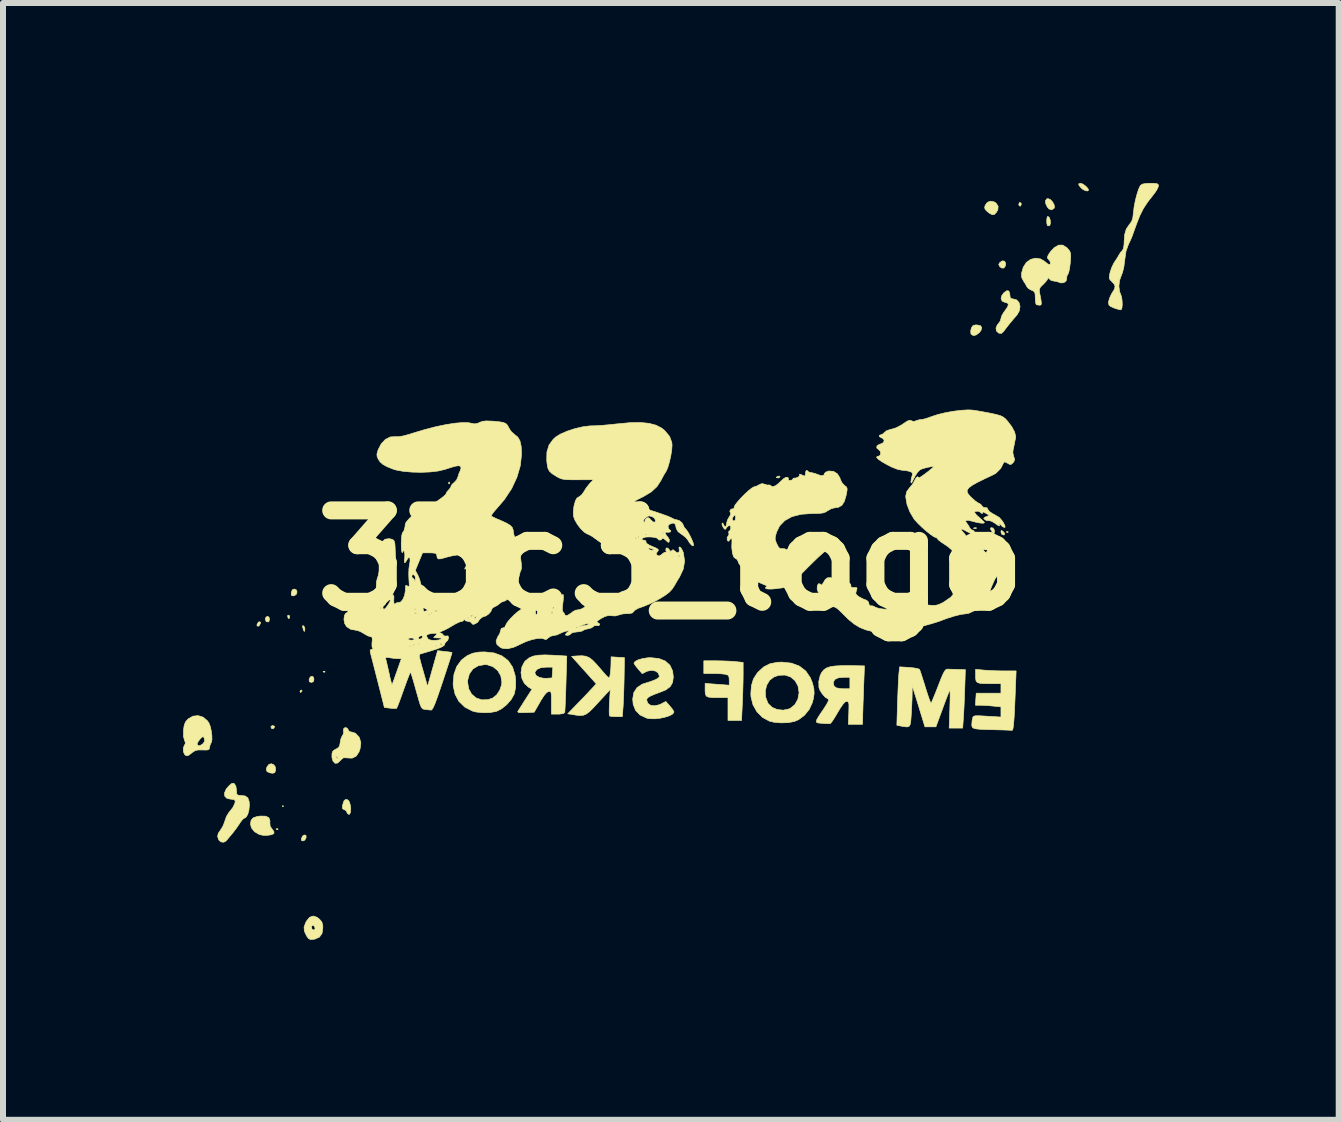
<source format=kicad_pcb>
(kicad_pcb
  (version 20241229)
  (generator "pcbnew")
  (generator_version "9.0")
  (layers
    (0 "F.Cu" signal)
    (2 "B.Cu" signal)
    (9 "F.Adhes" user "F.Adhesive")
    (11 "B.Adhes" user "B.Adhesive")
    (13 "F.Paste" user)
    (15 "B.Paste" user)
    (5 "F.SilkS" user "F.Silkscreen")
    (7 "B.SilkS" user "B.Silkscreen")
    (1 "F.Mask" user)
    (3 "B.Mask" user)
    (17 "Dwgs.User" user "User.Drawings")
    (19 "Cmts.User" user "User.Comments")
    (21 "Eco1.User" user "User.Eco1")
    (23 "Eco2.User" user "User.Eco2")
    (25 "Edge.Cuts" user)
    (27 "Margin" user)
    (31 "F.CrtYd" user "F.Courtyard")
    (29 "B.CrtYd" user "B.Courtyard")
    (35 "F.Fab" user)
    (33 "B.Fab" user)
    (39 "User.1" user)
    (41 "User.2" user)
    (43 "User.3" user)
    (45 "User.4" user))
  (footprint "33c3_logo"
    (layer "F.Cu")
    (at 8.131 6.292)
    (property "Reference" "33c3_logo" (at 0 0 0) (layer "F.SilkS") (effects (font (size 1.524 1.524) (thickness 0.3))))
    (attr through_hole)
    (fp_poly (pts (xy -6.456 4.096) (xy -6.466 4.106) (xy -6.477 4.096) (xy -6.466 4.085) (xy -6.456 4.096)) (stroke (width 0.01) (type solid)) (fill yes) (layer "F.SilkS"))
    (fp_poly (pts (xy -6.548 4.473) (xy -6.55 4.486) (xy -6.562 4.487) (xy -6.579 4.48) (xy -6.576 4.473) (xy -6.551 4.471) (xy -6.548 4.473)) (stroke (width 0.01) (type solid)) (fill yes) (layer "F.SilkS"))
    (fp_poly (pts (xy -5.764 1.849) (xy -5.767 1.861) (xy -5.779 1.863) (xy -5.796 1.855) (xy -5.793 1.849) (xy -5.767 1.846) (xy -5.764 1.849)) (stroke (width 0.01) (type solid)) (fill yes) (layer "F.SilkS"))
    (fp_poly (pts (xy -3.69 -1.305) (xy -3.688 -1.28) (xy -3.69 -1.277) (xy -3.703 -1.28) (xy -3.704 -1.291) (xy -3.696 -1.309) (xy -3.69 -1.305)) (stroke (width 0.01) (type solid)) (fill yes) (layer "F.SilkS"))
    (fp_poly (pts (xy 5.095 -0.542) (xy 5.089 -0.532) (xy 5.068 -0.531) (xy 5.045 -0.536) (xy 5.055 -0.544) (xy 5.088 -0.546) (xy 5.095 -0.542)) (stroke (width 0.01) (type solid)) (fill yes) (layer "F.SilkS"))
    (fp_poly (pts (xy 5.623 -0.48) (xy 5.62 -0.467) (xy 5.609 -0.466) (xy 5.592 -0.473) (xy 5.595 -0.48) (xy 5.62 -0.482) (xy 5.623 -0.48)) (stroke (width 0.01) (type solid)) (fill yes) (layer "F.SilkS"))
    (fp_poly (pts (xy -6.352 0.936) (xy -6.355 0.955) (xy -6.366 0.971) (xy -6.38 0.955) (xy -6.388 0.924) (xy -6.384 0.916) (xy -6.363 0.912) (xy -6.352 0.936)) (stroke (width 0.01) (type solid)) (fill yes) (layer "F.SilkS"))
    (fp_poly (pts (xy -6.84 1.027) (xy -6.84 1.049) (xy -6.86 1.086) (xy -6.876 1.096) (xy -6.897 1.09) (xy -6.897 1.068) (xy -6.877 1.031) (xy -6.861 1.021) (xy -6.84 1.027)) (stroke (width 0.01) (type solid)) (fill yes) (layer "F.SilkS"))
    (fp_poly (pts (xy -6.608 2.762) (xy -6.604 2.772) (xy -6.618 2.799) (xy -6.645 2.806) (xy -6.654 2.8) (xy -6.667 2.77) (xy -6.644 2.752) (xy -6.636 2.752) (xy -6.608 2.762)) (stroke (width 0.01) (type solid)) (fill yes) (layer "F.SilkS"))
    (fp_poly (pts (xy -6.146 2.172) (xy -6.149 2.18) (xy -6.168 2.2) (xy -6.171 2.201) (xy -6.18 2.185) (xy -6.181 2.18) (xy -6.164 2.16) (xy -6.158 2.159) (xy -6.146 2.172)) (stroke (width 0.01) (type solid)) (fill yes) (layer "F.SilkS"))
    (fp_poly (pts (xy -6.115 1.094) (xy -6.099 1.133) (xy -6.1 1.157) (xy -6.107 1.184) (xy -6.117 1.172) (xy -6.123 1.157) (xy -6.138 1.108) (xy -6.135 1.085) (xy -6.115 1.094)) (stroke (width 0.01) (type solid)) (fill yes) (layer "F.SilkS"))
    (fp_poly (pts (xy 1.82 -1.396) (xy 1.803 -1.378) (xy 1.789 -1.376) (xy 1.76 -1.38) (xy 1.757 -1.384) (xy 1.773 -1.398) (xy 1.789 -1.405) (xy 1.816 -1.405) (xy 1.82 -1.396)) (stroke (width 0.01) (type solid)) (fill yes) (layer "F.SilkS"))
    (fp_poly (pts (xy 5.371 -0.541) (xy 5.393 -0.507) (xy 5.394 -0.473) (xy 5.386 -0.45) (xy 5.371 -0.458) (xy 5.349 -0.487) (xy 5.327 -0.529) (xy 5.336 -0.547) (xy 5.371 -0.541)) (stroke (width 0.01) (type solid)) (fill yes) (layer "F.SilkS"))
    (fp_poly (pts (xy 5.84 -5.952) (xy 5.842 -5.937) (xy 5.831 -5.909) (xy 5.821 -5.905) (xy 5.802 -5.923) (xy 5.8 -5.937) (xy 5.811 -5.965) (xy 5.821 -5.969) (xy 5.84 -5.952)) (stroke (width 0.01) (type solid)) (fill yes) (layer "F.SilkS"))
    (fp_poly (pts (xy -6.696 0.948) (xy -6.689 0.984) (xy -6.699 1.018) (xy -6.706 1.024) (xy -6.735 1.022) (xy -6.747 1.013) (xy -6.761 0.976) (xy -6.746 0.943) (xy -6.718 0.931) (xy -6.696 0.948)) (stroke (width 0.01) (type solid)) (fill yes) (layer "F.SilkS"))
    (fp_poly (pts (xy 5.562 -4.989) (xy 5.582 -4.955) (xy 5.577 -4.91) (xy 5.551 -4.874) (xy 5.512 -4.875) (xy 5.482 -4.9) (xy 5.466 -4.934) (xy 5.482 -4.964) (xy 5.525 -4.994) (xy 5.562 -4.989)) (stroke (width 0.01) (type solid)) (fill yes) (layer "F.SilkS"))
    (fp_poly (pts (xy -6.082 4.579) (xy -6.078 4.612) (xy -6.078 4.618) (xy -6.099 4.659) (xy -6.124 4.674) (xy -6.153 4.671) (xy -6.157 4.638) (xy -6.156 4.632) (xy -6.136 4.591) (xy -6.11 4.576) (xy -6.082 4.579)) (stroke (width 0.01) (type solid)) (fill yes) (layer "F.SilkS"))
    (fp_poly (pts (xy -5.957 1.943) (xy -5.948 1.978) (xy -5.957 2.02) (xy -5.989 2.032) (xy -5.992 2.032) (xy -6.025 2.022) (xy -6.029 1.985) (xy -6.029 1.985) (xy -6.011 1.943) (xy -5.982 1.929) (xy -5.957 1.943)) (stroke (width 0.01) (type solid)) (fill yes) (layer "F.SilkS"))
    (fp_poly (pts (xy 5.533 -0.488) (xy 5.535 -0.487) (xy 5.562 -0.456) (xy 5.567 -0.442) (xy 5.553 -0.424) (xy 5.524 -0.432) (xy 5.517 -0.437) (xy 5.504 -0.469) (xy 5.503 -0.482) (xy 5.509 -0.502) (xy 5.533 -0.488)) (stroke (width 0.01) (type solid)) (fill yes) (layer "F.SilkS"))
    (fp_poly (pts (xy -6.617 3.405) (xy -6.59 3.445) (xy -6.587 3.495) (xy -6.601 3.536) (xy -6.636 3.547) (xy -6.678 3.541) (xy -6.729 3.52) (xy -6.743 3.485) (xy -6.732 3.443) (xy -6.7 3.4) (xy -6.658 3.388) (xy -6.617 3.405)) (stroke (width 0.01) (type solid)) (fill yes) (layer "F.SilkS"))
    (fp_poly (pts (xy -6.241 0.491) (xy -6.23 0.525) (xy -6.241 0.562) (xy -6.273 0.587) (xy -6.283 0.589) (xy -6.317 0.588) (xy -6.327 0.564) (xy -6.325 0.536) (xy -6.31 0.49) (xy -6.276 0.476) (xy -6.276 0.476) (xy -6.241 0.491)) (stroke (width 0.01) (type solid)) (fill yes) (layer "F.SilkS"))
    (fp_poly (pts (xy 6.308 -5.718) (xy 6.324 -5.676) (xy 6.328 -5.626) (xy 6.319 -5.588) (xy 6.311 -5.579) (xy 6.282 -5.579) (xy 6.279 -5.582) (xy 6.269 -5.611) (xy 6.266 -5.657) (xy 6.269 -5.704) (xy 6.279 -5.733) (xy 6.284 -5.736) (xy 6.308 -5.718)) (stroke (width 0.01) (type solid)) (fill yes) (layer "F.SilkS"))
    (fp_poly (pts (xy 6.327 -6.016) (xy 6.364 -5.976) (xy 6.39 -5.927) (xy 6.395 -5.883) (xy 6.389 -5.87) (xy 6.348 -5.844) (xy 6.304 -5.859) (xy 6.277 -5.889) (xy 6.249 -5.947) (xy 6.245 -5.997) (xy 6.266 -6.027) (xy 6.287 -6.032) (xy 6.327 -6.016)) (stroke (width 0.01) (type solid)) (fill yes) (layer "F.SilkS"))
    (fp_poly (pts (xy 6.87 -6.273) (xy 6.915 -6.24) (xy 6.951 -6.202) (xy 6.964 -6.174) (xy 6.949 -6.159) (xy 6.913 -6.163) (xy 6.869 -6.185) (xy 6.841 -6.208) (xy 6.803 -6.254) (xy 6.799 -6.278) (xy 6.828 -6.286) (xy 6.833 -6.287) (xy 6.87 -6.273)) (stroke (width 0.01) (type solid)) (fill yes) (layer "F.SilkS"))
    (fp_poly (pts (xy 5.16 -3.915) (xy 5.183 -3.882) (xy 5.17 -3.834) (xy 5.142 -3.798) (xy 5.089 -3.758) (xy 5.041 -3.749) (xy 5.007 -3.771) (xy 5.002 -3.781) (xy 4.999 -3.826) (xy 5.009 -3.871) (xy 5.031 -3.91) (xy 5.07 -3.925) (xy 5.101 -3.926) (xy 5.16 -3.915)) (stroke (width 0.01) (type solid)) (fill yes) (layer "F.SilkS"))
    (fp_poly (pts (xy 5.392 -5.976) (xy 5.421 -5.957) (xy 5.456 -5.905) (xy 5.452 -5.847) (xy 5.428 -5.804) (xy 5.394 -5.768) (xy 5.357 -5.763) (xy 5.308 -5.79) (xy 5.282 -5.81) (xy 5.242 -5.848) (xy 5.231 -5.881) (xy 5.24 -5.92) (xy 5.276 -5.969) (xy 5.331 -5.989) (xy 5.392 -5.976)) (stroke (width 0.01) (type solid)) (fill yes) (layer "F.SilkS"))
    (fp_poly (pts (xy -5.383 3.991) (xy -5.381 3.993) (xy -5.357 4.025) (xy -5.342 4.078) (xy -5.335 4.138) (xy -5.338 4.192) (xy -5.352 4.227) (xy -5.365 4.233) (xy -5.393 4.216) (xy -5.397 4.2) (xy -5.415 4.168) (xy -5.441 4.155) (xy -5.47 4.139) (xy -5.475 4.107) (xy -5.47 4.077) (xy -5.449 4.01) (xy -5.421 3.982) (xy -5.383 3.991)) (stroke (width 0.01) (type solid)) (fill yes) (layer "F.SilkS"))
    (fp_poly (pts (xy -6.752 4.262) (xy -6.699 4.288) (xy -6.681 4.34) (xy -6.683 4.371) (xy -6.678 4.431) (xy -6.645 4.478) (xy -6.614 4.521) (xy -6.616 4.549) (xy -6.619 4.554) (xy -6.66 4.572) (xy -6.726 4.582) (xy -6.797 4.581) (xy -6.858 4.568) (xy -6.939 4.521) (xy -6.991 4.456) (xy -7.006 4.391) (xy -6.995 4.329) (xy -6.959 4.289) (xy -6.89 4.266) (xy -6.84 4.26) (xy -6.752 4.262)) (stroke (width 0.01) (type solid)) (fill yes) (layer "F.SilkS"))
    (fp_poly (pts (xy -5.897 5.947) (xy -5.856 5.979) (xy -5.817 6.025) (xy -5.801 6.082) (xy -5.8 6.124) (xy -5.813 6.216) (xy -5.856 6.277) (xy -5.929 6.31) (xy -5.952 6.314) (xy -6.005 6.318) (xy -6.038 6.303) (xy -6.069 6.261) (xy -6.074 6.252) (xy -6.108 6.178) (xy -6.113 6.115) (xy -5.99 6.115) (xy -5.977 6.152) (xy -5.957 6.16) (xy -5.931 6.144) (xy -5.93 6.124) (xy -5.948 6.089) (xy -5.973 6.081) (xy -5.989 6.103) (xy -5.99 6.115) (xy -6.113 6.115) (xy -6.113 6.112) (xy -6.087 6.039) (xy -6.071 6.009) (xy -6.02 5.947) (xy -5.962 5.926) (xy -5.897 5.947)) (stroke (width 0.01) (type solid)) (fill yes) (layer "F.SilkS"))
    (fp_poly (pts (xy 0.855 1.674) (xy 0.964 1.678) (xy 1.056 1.684) (xy 1.076 1.686) (xy 1.206 1.699) (xy 1.206 1.894) (xy 1.205 1.994) (xy 1.202 2.119) (xy 1.198 2.254) (xy 1.193 2.378) (xy 1.179 2.667) (xy 0.953 2.667) (xy 0.953 2.286) (xy 0.795 2.286) (xy 0.696 2.285) (xy 0.631 2.278) (xy 0.594 2.262) (xy 0.577 2.231) (xy 0.572 2.182) (xy 0.572 2.155) (xy 0.572 2.049) (xy 0.773 2.064) (xy 0.974 2.079) (xy 0.974 1.995) (xy 0.97 1.94) (xy 0.954 1.912) (xy 0.916 1.899) (xy 0.908 1.897) (xy 0.852 1.89) (xy 0.772 1.885) (xy 0.696 1.884) (xy 0.55 1.884) (xy 0.55 1.672) (xy 0.748 1.672) (xy 0.855 1.674)) (stroke (width 0.01) (type solid)) (fill yes) (layer "F.SilkS"))
    (fp_poly (pts (xy 5.635 -4.491) (xy 5.65 -4.446) (xy 5.652 -4.423) (xy 5.658 -4.378) (xy 5.683 -4.362) (xy 5.703 -4.36) (xy 5.765 -4.343) (xy 5.805 -4.298) (xy 5.821 -4.235) (xy 5.811 -4.164) (xy 5.773 -4.096) (xy 5.769 -4.091) (xy 5.711 -4.024) (xy 5.647 -3.947) (xy 5.588 -3.872) (xy 5.546 -3.816) (xy 5.512 -3.785) (xy 5.471 -3.788) (xy 5.466 -3.79) (xy 5.428 -3.824) (xy 5.42 -3.874) (xy 5.443 -3.928) (xy 5.461 -3.948) (xy 5.493 -3.994) (xy 5.503 -4.033) (xy 5.516 -4.077) (xy 5.548 -4.134) (xy 5.567 -4.159) (xy 5.613 -4.225) (xy 5.627 -4.267) (xy 5.609 -4.292) (xy 5.572 -4.301) (xy 5.524 -4.322) (xy 5.505 -4.364) (xy 5.518 -4.417) (xy 5.554 -4.464) (xy 5.602 -4.497) (xy 5.635 -4.491)) (stroke (width 0.01) (type solid)) (fill yes) (layer "F.SilkS"))
    (fp_poly (pts (xy -5.398 2.792) (xy -5.377 2.819) (xy -5.376 2.828) (xy -5.358 2.851) (xy -5.329 2.858) (xy -5.257 2.879) (xy -5.2 2.939) (xy -5.189 2.957) (xy -5.166 3.04) (xy -5.179 3.139) (xy -5.198 3.193) (xy -5.244 3.262) (xy -5.312 3.295) (xy -5.401 3.291) (xy -5.411 3.289) (xy -5.456 3.289) (xy -5.497 3.321) (xy -5.505 3.331) (xy -5.554 3.377) (xy -5.596 3.381) (xy -5.63 3.346) (xy -5.648 3.283) (xy -5.648 3.266) (xy -5.585 3.266) (xy -5.579 3.278) (xy -5.558 3.3) (xy -5.546 3.296) (xy -5.546 3.293) (xy -5.561 3.275) (xy -5.57 3.268) (xy -5.585 3.266) (xy -5.648 3.266) (xy -5.647 3.216) (xy -5.635 3.181) (xy -5.603 3.155) (xy -5.569 3.138) (xy -5.533 3.113) (xy -5.515 3.064) (xy -5.512 3.039) (xy -5.5 2.976) (xy -5.479 2.928) (xy -5.475 2.924) (xy -5.455 2.884) (xy -5.455 2.862) (xy -5.457 2.819) (xy -5.453 2.804) (xy -5.43 2.785) (xy -5.398 2.792)) (stroke (width 0.01) (type solid)) (fill yes) (layer "F.SilkS"))
    (fp_poly (pts (xy -7.271 3.725) (xy -7.249 3.765) (xy -7.239 3.829) (xy -7.239 3.834) (xy -7.236 3.887) (xy -7.222 3.91) (xy -7.184 3.916) (xy -7.169 3.916) (xy -7.095 3.925) (xy -7.05 3.957) (xy -7.028 4.019) (xy -7.024 4.081) (xy -7.032 4.162) (xy -7.052 4.233) (xy -7.082 4.281) (xy -7.112 4.297) (xy -7.134 4.313) (xy -7.168 4.355) (xy -7.189 4.387) (xy -7.239 4.46) (xy -7.298 4.538) (xy -7.317 4.561) (xy -7.363 4.615) (xy -7.398 4.658) (xy -7.41 4.673) (xy -7.452 4.697) (xy -7.501 4.69) (xy -7.535 4.658) (xy -7.554 4.601) (xy -7.543 4.548) (xy -7.504 4.492) (xy -7.466 4.43) (xy -7.436 4.355) (xy -7.432 4.34) (xy -7.407 4.268) (xy -7.369 4.205) (xy -7.36 4.194) (xy -7.298 4.115) (xy -7.265 4.044) (xy -7.26 4.012) (xy -7.275 3.988) (xy -7.322 3.979) (xy -7.334 3.979) (xy -7.399 3.965) (xy -7.435 3.928) (xy -7.439 3.874) (xy -7.41 3.809) (xy -7.358 3.749) (xy -7.318 3.717) (xy -7.289 3.713) (xy -7.271 3.725)) (stroke (width 0.01) (type solid)) (fill yes) (layer "F.SilkS"))
    (fp_poly (pts (xy -1.416 1.596) (xy -1.36 1.619) (xy -1.303 1.663) (xy -1.236 1.733) (xy -1.184 1.793) (xy -1.116 1.872) (xy -1.071 1.923) (xy -1.043 1.948) (xy -1.027 1.952) (xy -1.019 1.938) (xy -1.013 1.915) (xy -1.005 1.858) (xy -0.999 1.78) (xy -0.997 1.729) (xy -0.995 1.606) (xy -0.884 1.613) (xy -0.773 1.619) (xy -0.778 1.958) (xy -0.781 2.088) (xy -0.785 2.217) (xy -0.79 2.333) (xy -0.794 2.423) (xy -0.796 2.45) (xy -0.808 2.603) (xy -0.908 2.603) (xy -0.97 2.601) (xy -1.013 2.595) (xy -1.022 2.59) (xy -1.026 2.565) (xy -1.027 2.507) (xy -1.025 2.426) (xy -1.022 2.364) (xy -1.009 2.151) (xy -1.208 2.366) (xy -1.292 2.457) (xy -1.356 2.52) (xy -1.409 2.56) (xy -1.458 2.58) (xy -1.512 2.584) (xy -1.58 2.578) (xy -1.637 2.568) (xy -1.718 2.555) (xy -1.552 2.383) (xy -1.476 2.305) (xy -1.403 2.229) (xy -1.344 2.165) (xy -1.314 2.134) (xy -1.243 2.056) (xy -1.448 1.827) (xy -1.654 1.598) (xy -1.563 1.591) (xy -1.48 1.588) (xy -1.416 1.596)) (stroke (width 0.01) (type solid)) (fill yes) (layer "F.SilkS"))
    (fp_poly (pts (xy -2.946 1.541) (xy -2.815 1.59) (xy -2.711 1.669) (xy -2.637 1.778) (xy -2.595 1.915) (xy -2.586 1.994) (xy -2.587 2.116) (xy -2.606 2.214) (xy -2.613 2.233) (xy -2.662 2.32) (xy -2.736 2.404) (xy -2.822 2.473) (xy -2.908 2.516) (xy -2.913 2.517) (xy -3.017 2.535) (xy -3.135 2.537) (xy -3.246 2.526) (xy -3.307 2.51) (xy -3.434 2.444) (xy -3.532 2.349) (xy -3.596 2.229) (xy -3.627 2.087) (xy -3.628 2.044) (xy -3.627 2.03) (xy -3.387 2.03) (xy -3.368 2.141) (xy -3.319 2.229) (xy -3.244 2.292) (xy -3.151 2.323) (xy -3.047 2.32) (xy -2.969 2.293) (xy -2.903 2.241) (xy -2.851 2.162) (xy -2.82 2.071) (xy -2.816 2.026) (xy -2.834 1.921) (xy -2.886 1.834) (xy -2.965 1.77) (xy -3.063 1.738) (xy -3.101 1.736) (xy -3.21 1.755) (xy -3.296 1.807) (xy -3.357 1.889) (xy -3.385 1.994) (xy -3.387 2.03) (xy -3.627 2.03) (xy -3.614 1.896) (xy -3.568 1.768) (xy -3.494 1.665) (xy -3.477 1.649) (xy -3.391 1.585) (xy -3.302 1.546) (xy -3.196 1.527) (xy -3.104 1.524) (xy -2.946 1.541)) (stroke (width 0.01) (type solid)) (fill yes) (layer "F.SilkS"))
    (fp_poly (pts (xy 2.01 1.711) (xy 2.142 1.76) (xy 2.249 1.842) (xy 2.327 1.956) (xy 2.362 2.045) (xy 2.385 2.138) (xy 2.389 2.219) (xy 2.376 2.306) (xy 2.358 2.372) (xy 2.307 2.483) (xy 2.228 2.58) (xy 2.131 2.653) (xy 2.061 2.683) (xy 1.958 2.703) (xy 1.838 2.707) (xy 1.723 2.697) (xy 1.643 2.678) (xy 1.529 2.616) (xy 1.436 2.523) (xy 1.37 2.406) (xy 1.337 2.275) (xy 1.334 2.223) (xy 1.337 2.176) (xy 1.575 2.176) (xy 1.581 2.278) (xy 1.617 2.374) (xy 1.624 2.386) (xy 1.688 2.448) (xy 1.776 2.485) (xy 1.874 2.495) (xy 1.969 2.475) (xy 1.992 2.465) (xy 2.068 2.403) (xy 2.118 2.313) (xy 2.138 2.206) (xy 2.138 2.201) (xy 2.12 2.091) (xy 2.07 2.002) (xy 1.996 1.941) (xy 1.903 1.91) (xy 1.799 1.914) (xy 1.72 1.941) (xy 1.647 1.997) (xy 1.598 2.079) (xy 1.575 2.176) (xy 1.337 2.176) (xy 1.344 2.086) (xy 1.377 1.976) (xy 1.438 1.88) (xy 1.457 1.858) (xy 1.55 1.773) (xy 1.654 1.721) (xy 1.778 1.697) (xy 1.852 1.694) (xy 2.01 1.711)) (stroke (width 0.01) (type solid)) (fill yes) (layer "F.SilkS"))
    (fp_poly (pts (xy -7.795 2.612) (xy -7.724 2.672) (xy -7.7 2.707) (xy -7.678 2.761) (xy -7.661 2.834) (xy -7.65 2.912) (xy -7.648 2.981) (xy -7.655 3.027) (xy -7.659 3.033) (xy -7.678 3.073) (xy -7.687 3.111) (xy -7.694 3.142) (xy -7.713 3.157) (xy -7.754 3.16) (xy -7.807 3.158) (xy -7.88 3.158) (xy -7.931 3.171) (xy -7.978 3.202) (xy -7.983 3.206) (xy -8.033 3.245) (xy -8.064 3.257) (xy -8.09 3.246) (xy -8.103 3.234) (xy -8.124 3.189) (xy -8.126 3.129) (xy -8.108 3.08) (xy -8.103 3.074) (xy -8.096 3.06) (xy -7.895 3.06) (xy -7.881 3.086) (xy -7.846 3.086) (xy -7.805 3.06) (xy -7.801 3.057) (xy -7.772 3.018) (xy -7.773 2.978) (xy -7.781 2.954) (xy -7.794 2.936) (xy -7.816 2.946) (xy -7.845 2.975) (xy -7.879 3.02) (xy -7.895 3.057) (xy -7.895 3.06) (xy -8.096 3.06) (xy -8.089 3.044) (xy -8.104 3.001) (xy -8.106 2.996) (xy -8.124 2.929) (xy -8.122 2.828) (xy -8.122 2.821) (xy -8.11 2.744) (xy -8.089 2.691) (xy -8.052 2.648) (xy -8.044 2.641) (xy -7.965 2.595) (xy -7.879 2.586) (xy -7.795 2.612)) (stroke (width 0.01) (type solid)) (fill yes) (layer "F.SilkS"))
    (fp_poly (pts (xy 5.223 1.828) (xy 5.314 1.834) (xy 5.425 1.839) (xy 5.537 1.841) (xy 5.561 1.841) (xy 5.756 1.841) (xy 5.745 2.122) (xy 5.737 2.322) (xy 5.73 2.483) (xy 5.723 2.609) (xy 5.716 2.703) (xy 5.709 2.769) (xy 5.702 2.809) (xy 5.693 2.829) (xy 5.687 2.832) (xy 5.657 2.83) (xy 5.594 2.827) (xy 5.507 2.824) (xy 5.403 2.822) (xy 5.387 2.821) (xy 5.253 2.818) (xy 5.157 2.814) (xy 5.09 2.807) (xy 5.049 2.797) (xy 5.027 2.781) (xy 5.018 2.759) (xy 5.017 2.735) (xy 5.022 2.672) (xy 5.03 2.63) (xy 5.037 2.609) (xy 5.05 2.596) (xy 5.078 2.589) (xy 5.127 2.588) (xy 5.205 2.592) (xy 5.273 2.596) (xy 5.503 2.61) (xy 5.503 2.44) (xy 5.373 2.427) (xy 5.287 2.419) (xy 5.203 2.414) (xy 5.16 2.413) (xy 5.078 2.413) (xy 5.084 2.312) (xy 5.091 2.212) (xy 5.503 2.212) (xy 5.503 2.133) (xy 5.503 2.053) (xy 5.325 2.053) (xy 5.22 2.052) (xy 5.151 2.047) (xy 5.109 2.033) (xy 5.088 2.007) (xy 5.081 1.965) (xy 5.08 1.921) (xy 5.08 1.814) (xy 5.223 1.828)) (stroke (width 0.01) (type solid)) (fill yes) (layer "F.SilkS"))
    (fp_poly (pts (xy -0.2 1.634) (xy -0.092 1.676) (xy -0.015 1.745) (xy 0.03 1.841) (xy 0.042 1.941) (xy 0.03 2.033) (xy -0.01 2.103) (xy -0.083 2.157) (xy -0.16 2.189) (xy -0.265 2.228) (xy -0.336 2.258) (xy -0.378 2.283) (xy -0.398 2.307) (xy -0.402 2.325) (xy -0.385 2.379) (xy -0.338 2.413) (xy -0.272 2.422) (xy -0.196 2.406) (xy -0.168 2.394) (xy -0.083 2.35) (xy -0.015 2.427) (xy 0.025 2.476) (xy 0.049 2.515) (xy 0.053 2.526) (xy 0.033 2.557) (xy -0.019 2.587) (xy -0.093 2.611) (xy -0.18 2.63) (xy -0.269 2.639) (xy -0.352 2.637) (xy -0.404 2.627) (xy -0.513 2.575) (xy -0.587 2.499) (xy -0.627 2.399) (xy -0.635 2.31) (xy -0.617 2.204) (xy -0.564 2.121) (xy -0.48 2.064) (xy -0.449 2.053) (xy -0.337 2.018) (xy -0.261 1.989) (xy -0.215 1.964) (xy -0.193 1.941) (xy -0.191 1.927) (xy -0.209 1.876) (xy -0.256 1.843) (xy -0.32 1.831) (xy -0.391 1.845) (xy -0.408 1.852) (xy -0.476 1.887) (xy -0.545 1.808) (xy -0.585 1.759) (xy -0.61 1.722) (xy -0.614 1.712) (xy -0.594 1.683) (xy -0.543 1.656) (xy -0.469 1.635) (xy -0.384 1.622) (xy -0.339 1.62) (xy -0.2 1.634)) (stroke (width 0.01) (type solid)) (fill yes) (layer "F.SilkS"))
    (fp_poly (pts (xy -1.962 1.579) (xy -1.734 1.593) (xy -1.747 2.051) (xy -1.751 2.187) (xy -1.756 2.309) (xy -1.76 2.411) (xy -1.764 2.487) (xy -1.767 2.529) (xy -1.768 2.535) (xy -1.795 2.552) (xy -1.856 2.561) (xy -1.883 2.561) (xy -1.99 2.561) (xy -1.99 2.369) (xy -1.99 2.279) (xy -1.993 2.223) (xy -2 2.193) (xy -2.013 2.183) (xy -2.035 2.184) (xy -2.036 2.184) (xy -2.07 2.202) (xy -2.112 2.251) (xy -2.165 2.333) (xy -2.18 2.36) (xy -2.277 2.529) (xy -2.421 2.536) (xy -2.498 2.537) (xy -2.539 2.534) (xy -2.551 2.523) (xy -2.549 2.515) (xy -2.53 2.485) (xy -2.495 2.43) (xy -2.45 2.358) (xy -2.423 2.316) (xy -2.313 2.146) (xy -2.372 2.112) (xy -2.44 2.05) (xy -2.482 1.966) (xy -2.496 1.875) (xy -2.265 1.875) (xy -2.246 1.916) (xy -2.195 1.947) (xy -2.124 1.963) (xy -2.074 1.964) (xy -1.979 1.958) (xy -1.973 1.868) (xy -1.966 1.778) (xy -2.077 1.778) (xy -2.167 1.788) (xy -2.231 1.816) (xy -2.263 1.859) (xy -2.265 1.875) (xy -2.496 1.875) (xy -2.497 1.87) (xy -2.482 1.774) (xy -2.438 1.689) (xy -2.419 1.669) (xy -2.364 1.625) (xy -2.297 1.595) (xy -2.211 1.579) (xy -2.098 1.574) (xy -1.962 1.579)) (stroke (width 0.01) (type solid)) (fill yes) (layer "F.SilkS"))
    (fp_poly (pts (xy 3.037 1.753) (xy 3.228 1.757) (xy 3.214 2.122) (xy 3.21 2.252) (xy 3.205 2.378) (xy 3.202 2.488) (xy 3.199 2.573) (xy 3.199 2.609) (xy 3.196 2.731) (xy 2.959 2.731) (xy 2.967 2.54) (xy 2.969 2.45) (xy 2.969 2.394) (xy 2.962 2.364) (xy 2.95 2.352) (xy 2.931 2.349) (xy 2.903 2.36) (xy 2.869 2.397) (xy 2.824 2.463) (xy 2.782 2.533) (xy 2.736 2.611) (xy 2.696 2.673) (xy 2.667 2.711) (xy 2.656 2.719) (xy 2.625 2.72) (xy 2.566 2.717) (xy 2.522 2.715) (xy 2.469 2.71) (xy 2.436 2.703) (xy 2.425 2.685) (xy 2.434 2.652) (xy 2.466 2.597) (xy 2.521 2.515) (xy 2.543 2.483) (xy 2.596 2.401) (xy 2.624 2.347) (xy 2.63 2.318) (xy 2.623 2.31) (xy 2.574 2.279) (xy 2.524 2.223) (xy 2.484 2.159) (xy 2.469 2.117) (xy 2.467 2.039) (xy 2.709 2.039) (xy 2.72 2.091) (xy 2.758 2.123) (xy 2.827 2.136) (xy 2.872 2.138) (xy 2.985 2.138) (xy 2.985 1.947) (xy 2.888 1.947) (xy 2.791 1.956) (xy 2.732 1.984) (xy 2.71 2.031) (xy 2.709 2.039) (xy 2.467 2.039) (xy 2.466 2.018) (xy 2.49 1.917) (xy 2.515 1.867) (xy 2.549 1.825) (xy 2.593 1.793) (xy 2.653 1.772) (xy 2.735 1.759) (xy 2.846 1.753) (xy 2.99 1.752) (xy 3.037 1.753)) (stroke (width 0.01) (type solid)) (fill yes) (layer "F.SilkS"))
    (fp_poly (pts (xy 6.533 -5.257) (xy 6.601 -5.214) (xy 6.623 -5.191) (xy 6.647 -5.16) (xy 6.661 -5.128) (xy 6.666 -5.084) (xy 6.663 -5.016) (xy 6.659 -4.965) (xy 6.649 -4.882) (xy 6.636 -4.816) (xy 6.623 -4.777) (xy 6.619 -4.773) (xy 6.601 -4.737) (xy 6.6 -4.706) (xy 6.589 -4.659) (xy 6.551 -4.63) (xy 6.5 -4.626) (xy 6.478 -4.635) (xy 6.424 -4.652) (xy 6.384 -4.657) (xy 6.335 -4.67) (xy 6.309 -4.694) (xy 6.292 -4.714) (xy 6.287 -4.703) (xy 6.272 -4.674) (xy 6.235 -4.63) (xy 6.21 -4.605) (xy 6.163 -4.559) (xy 6.144 -4.522) (xy 6.144 -4.48) (xy 6.147 -4.463) (xy 6.166 -4.369) (xy 6.175 -4.308) (xy 6.176 -4.274) (xy 6.168 -4.259) (xy 6.151 -4.255) (xy 6.144 -4.255) (xy 6.103 -4.261) (xy 6.089 -4.269) (xy 6.081 -4.297) (xy 6.076 -4.351) (xy 6.075 -4.383) (xy 6.072 -4.445) (xy 6.06 -4.479) (xy 6.031 -4.498) (xy 6.011 -4.505) (xy 5.962 -4.532) (xy 5.933 -4.566) (xy 5.91 -4.611) (xy 5.881 -4.654) (xy 5.849 -4.716) (xy 5.846 -4.788) (xy 5.873 -4.88) (xy 5.876 -4.89) (xy 5.927 -4.968) (xy 5.998 -5.019) (xy 6.081 -5.039) (xy 6.164 -5.026) (xy 6.232 -4.985) (xy 6.274 -4.95) (xy 6.306 -4.932) (xy 6.309 -4.932) (xy 6.327 -4.946) (xy 6.324 -4.979) (xy 6.301 -5.014) (xy 6.298 -5.016) (xy 6.278 -5.04) (xy 6.282 -5.07) (xy 6.297 -5.101) (xy 6.334 -5.154) (xy 6.385 -5.208) (xy 6.395 -5.217) (xy 6.466 -5.257) (xy 6.533 -5.257)) (stroke (width 0.01) (type solid)) (fill yes) (layer "F.SilkS"))
    (fp_poly (pts (xy 3.973 1.783) (xy 4.051 1.791) (xy 4.112 1.802) (xy 4.144 1.814) (xy 4.146 1.816) (xy 4.157 1.844) (xy 4.177 1.904) (xy 4.204 1.989) (xy 4.236 2.089) (xy 4.243 2.114) (xy 4.275 2.214) (xy 4.302 2.295) (xy 4.324 2.352) (xy 4.337 2.378) (xy 4.339 2.378) (xy 4.35 2.356) (xy 4.373 2.301) (xy 4.406 2.221) (xy 4.444 2.125) (xy 4.458 2.089) (xy 4.501 1.978) (xy 4.533 1.902) (xy 4.558 1.853) (xy 4.578 1.825) (xy 4.598 1.813) (xy 4.62 1.811) (xy 4.622 1.811) (xy 4.675 1.813) (xy 4.75 1.815) (xy 4.794 1.816) (xy 4.91 1.82) (xy 4.899 2.154) (xy 4.894 2.283) (xy 4.889 2.412) (xy 4.883 2.527) (xy 4.878 2.616) (xy 4.876 2.641) (xy 4.865 2.794) (xy 4.64 2.794) (xy 4.651 2.471) (xy 4.654 2.361) (xy 4.656 2.268) (xy 4.655 2.2) (xy 4.653 2.163) (xy 4.651 2.159) (xy 4.641 2.182) (xy 4.618 2.237) (xy 4.587 2.317) (xy 4.55 2.416) (xy 4.53 2.471) (xy 4.419 2.773) (xy 4.236 2.773) (xy 4.179 2.588) (xy 4.146 2.479) (xy 4.11 2.361) (xy 4.078 2.258) (xy 4.073 2.244) (xy 4.024 2.085) (xy 4.023 2.223) (xy 4.021 2.308) (xy 4.016 2.417) (xy 4.01 2.529) (xy 4.008 2.566) (xy 4.001 2.666) (xy 3.991 2.73) (xy 3.972 2.764) (xy 3.94 2.775) (xy 3.888 2.77) (xy 3.834 2.76) (xy 3.768 2.746) (xy 3.779 2.373) (xy 3.784 2.242) (xy 3.789 2.117) (xy 3.794 2.008) (xy 3.799 1.925) (xy 3.802 1.886) (xy 3.814 1.773) (xy 3.973 1.783)) (stroke (width 0.01) (type solid)) (fill yes) (layer "F.SilkS"))
    (fp_poly (pts (xy 8.066 -6.285) (xy 8.107 -6.279) (xy 8.124 -6.266) (xy 8.128 -6.242) (xy 8.115 -6.203) (xy 8.081 -6.146) (xy 8.041 -6.093) (xy 7.949 -5.975) (xy 7.876 -5.864) (xy 7.816 -5.744) (xy 7.76 -5.6) (xy 7.75 -5.572) (xy 7.715 -5.475) (xy 7.69 -5.405) (xy 7.668 -5.352) (xy 7.645 -5.303) (xy 7.628 -5.268) (xy 7.587 -5.153) (xy 7.566 -5.005) (xy 7.552 -4.893) (xy 7.529 -4.799) (xy 7.512 -4.758) (xy 7.48 -4.668) (xy 7.469 -4.571) (xy 7.48 -4.483) (xy 7.496 -4.443) (xy 7.513 -4.397) (xy 7.522 -4.333) (xy 7.525 -4.267) (xy 7.52 -4.211) (xy 7.508 -4.18) (xy 7.504 -4.178) (xy 7.473 -4.182) (xy 7.418 -4.198) (xy 7.387 -4.209) (xy 7.33 -4.234) (xy 7.303 -4.258) (xy 7.296 -4.292) (xy 7.297 -4.313) (xy 7.313 -4.373) (xy 7.345 -4.441) (xy 7.355 -4.458) (xy 7.395 -4.523) (xy 7.405 -4.571) (xy 7.385 -4.613) (xy 7.353 -4.646) (xy 7.321 -4.679) (xy 7.308 -4.709) (xy 7.312 -4.752) (xy 7.323 -4.804) (xy 7.349 -4.883) (xy 7.384 -4.956) (xy 7.399 -4.979) (xy 7.437 -5.036) (xy 7.466 -5.085) (xy 7.469 -5.091) (xy 7.501 -5.14) (xy 7.523 -5.163) (xy 7.545 -5.2) (xy 7.555 -5.267) (xy 7.556 -5.314) (xy 7.565 -5.433) (xy 7.592 -5.524) (xy 7.643 -5.6) (xy 7.651 -5.609) (xy 7.682 -5.653) (xy 7.701 -5.712) (xy 7.711 -5.799) (xy 7.711 -5.8) (xy 7.723 -5.896) (xy 7.743 -6) (xy 7.769 -6.1) (xy 7.796 -6.185) (xy 7.823 -6.243) (xy 7.83 -6.253) (xy 7.863 -6.274) (xy 7.923 -6.284) (xy 7.993 -6.287) (xy 8.066 -6.285)) (stroke (width 0.01) (type solid)) (fill yes) (layer "F.SilkS"))
    (fp_poly (pts (xy 2.285 -1.49) (xy 2.286 -1.486) (xy 2.304 -1.472) (xy 2.34 -1.465) (xy 2.399 -1.452) (xy 2.451 -1.432) (xy 2.51 -1.412) (xy 2.549 -1.421) (xy 2.561 -1.449) (xy 2.58 -1.471) (xy 2.625 -1.489) (xy 2.634 -1.491) (xy 2.711 -1.486) (xy 2.776 -1.445) (xy 2.819 -1.377) (xy 2.826 -1.352) (xy 2.853 -1.296) (xy 2.894 -1.252) (xy 2.924 -1.229) (xy 2.938 -1.205) (xy 2.938 -1.169) (xy 2.927 -1.108) (xy 2.922 -1.083) (xy 2.892 -0.983) (xy 2.852 -0.92) (xy 2.796 -0.887) (xy 2.745 -0.88) (xy 2.679 -0.865) (xy 2.617 -0.831) (xy 2.615 -0.83) (xy 2.581 -0.808) (xy 2.542 -0.793) (xy 2.487 -0.786) (xy 2.406 -0.783) (xy 2.357 -0.783) (xy 2.173 -0.77) (xy 2.02 -0.731) (xy 1.9 -0.665) (xy 1.813 -0.575) (xy 1.763 -0.472) (xy 1.744 -0.405) (xy 1.739 -0.36) (xy 1.75 -0.317) (xy 1.768 -0.275) (xy 1.797 -0.219) (xy 1.825 -0.198) (xy 1.848 -0.198) (xy 1.896 -0.195) (xy 1.938 -0.177) (xy 1.994 -0.159) (xy 2.053 -0.163) (xy 2.095 -0.189) (xy 2.095 -0.189) (xy 2.121 -0.201) (xy 2.178 -0.218) (xy 2.256 -0.237) (xy 2.345 -0.257) (xy 2.435 -0.275) (xy 2.515 -0.288) (xy 2.574 -0.296) (xy 2.589 -0.296) (xy 2.639 -0.292) (xy 2.659 -0.274) (xy 2.662 -0.245) (xy 2.647 -0.199) (xy 2.613 -0.181) (xy 2.582 -0.163) (xy 2.529 -0.119) (xy 2.457 -0.054) (xy 2.374 0.026) (xy 2.292 0.107) (xy 2.174 0.226) (xy 2.079 0.316) (xy 2.004 0.381) (xy 1.944 0.424) (xy 1.895 0.448) (xy 1.863 0.456) (xy 1.823 0.461) (xy 1.761 0.468) (xy 1.736 0.472) (xy 1.668 0.477) (xy 1.613 0.475) (xy 1.6 0.472) (xy 1.574 0.46) (xy 1.588 0.444) (xy 1.589 0.443) (xy 1.604 0.427) (xy 1.58 0.413) (xy 1.576 0.412) (xy 1.451 0.358) (xy 1.353 0.29) (xy 1.329 0.266) (xy 1.244 0.177) (xy 1.184 0.113) (xy 1.147 0.068) (xy 1.128 0.037) (xy 1.122 0.016) (xy 1.122 0.015) (xy 1.104 -0.018) (xy 1.081 -0.031) (xy 1.048 -0.059) (xy 1.028 -0.12) (xy 1.026 -0.135) (xy 1.018 -0.198) (xy 1.016 -0.246) (xy 1.017 -0.255) (xy 1.019 -0.3) (xy 1.019 -0.337) (xy 1.015 -0.373) (xy 1.003 -0.37) (xy 0.986 -0.348) (xy 0.962 -0.32) (xy 0.949 -0.326) (xy 0.94 -0.346) (xy 0.94 -0.388) (xy 0.953 -0.402) (xy 0.97 -0.433) (xy 0.967 -0.453) (xy 0.964 -0.482) (xy 0.972 -0.487) (xy 0.989 -0.505) (xy 1 -0.537) (xy 0.996 -0.575) (xy 0.972 -0.583) (xy 0.941 -0.562) (xy 0.927 -0.542) (xy 0.909 -0.518) (xy 0.892 -0.526) (xy 0.875 -0.549) (xy 0.855 -0.592) (xy 0.854 -0.62) (xy 0.867 -0.624) (xy 0.879 -0.598) (xy 0.899 -0.565) (xy 0.919 -0.569) (xy 0.931 -0.607) (xy 0.931 -0.623) (xy 0.944 -0.674) (xy 0.96 -0.701) (xy 1.024 -0.701) (xy 1.025 -0.679) (xy 1.052 -0.656) (xy 1.072 -0.671) (xy 1.079 -0.714) (xy 1.077 -0.752) (xy 1.064 -0.754) (xy 1.045 -0.737) (xy 1.024 -0.701) (xy 0.96 -0.701) (xy 0.974 -0.726) (xy 0.998 -0.767) (xy 0.997 -0.792) (xy 0.996 -0.793) (xy 0.983 -0.819) (xy 0.996 -0.848) (xy 1.022 -0.861) (xy 1.029 -0.859) (xy 1.053 -0.865) (xy 1.058 -0.894) (xy 1.073 -0.927) (xy 1.113 -0.978) (xy 1.168 -1.04) (xy 1.231 -1.104) (xy 1.294 -1.162) (xy 1.349 -1.206) (xy 1.386 -1.227) (xy 1.392 -1.228) (xy 1.429 -1.239) (xy 1.47 -1.261) (xy 1.518 -1.282) (xy 1.562 -1.272) (xy 1.565 -1.271) (xy 1.607 -1.257) (xy 1.629 -1.259) (xy 1.656 -1.256) (xy 1.661 -1.249) (xy 1.695 -1.229) (xy 1.745 -1.245) (xy 1.793 -1.282) (xy 1.842 -1.328) (xy 1.884 -1.366) (xy 1.888 -1.369) (xy 1.922 -1.387) (xy 1.952 -1.384) (xy 1.962 -1.365) (xy 1.957 -1.353) (xy 1.964 -1.338) (xy 1.988 -1.333) (xy 2.023 -1.342) (xy 2.032 -1.355) (xy 2.044 -1.372) (xy 2.048 -1.372) (xy 2.083 -1.374) (xy 2.121 -1.389) (xy 2.146 -1.409) (xy 2.147 -1.42) (xy 2.145 -1.438) (xy 2.175 -1.431) (xy 2.203 -1.417) (xy 2.233 -1.407) (xy 2.243 -1.427) (xy 2.244 -1.449) (xy 2.251 -1.489) (xy 2.265 -1.503) (xy 2.285 -1.49)) (stroke (width 0.01) (type solid)) (fill yes) (layer "F.SilkS"))
    (fp_poly (pts (xy 5.023 -2.507) (xy 5.094 -2.497) (xy 5.19 -2.48) (xy 5.294 -2.461) (xy 5.334 -2.453) (xy 5.43 -2.432) (xy 5.495 -2.413) (xy 5.54 -2.391) (xy 5.576 -2.363) (xy 5.604 -2.333) (xy 5.682 -2.232) (xy 5.731 -2.141) (xy 5.749 -2.064) (xy 5.746 -2.035) (xy 5.732 -1.974) (xy 5.725 -1.934) (xy 5.713 -1.874) (xy 5.705 -1.842) (xy 5.702 -1.79) (xy 5.716 -1.734) (xy 5.731 -1.685) (xy 5.72 -1.65) (xy 5.704 -1.629) (xy 5.674 -1.602) (xy 5.647 -1.602) (xy 5.612 -1.622) (xy 5.573 -1.641) (xy 5.552 -1.638) (xy 5.552 -1.637) (xy 5.497 -1.531) (xy 5.417 -1.452) (xy 5.375 -1.429) (xy 5.222 -1.357) (xy 5.105 -1.299) (xy 5.022 -1.252) (xy 4.968 -1.212) (xy 4.942 -1.176) (xy 4.94 -1.141) (xy 4.96 -1.104) (xy 4.998 -1.061) (xy 5.021 -1.04) (xy 5.074 -0.993) (xy 5.117 -0.962) (xy 5.137 -0.953) (xy 5.167 -0.936) (xy 5.185 -0.911) (xy 5.217 -0.881) (xy 5.24 -0.882) (xy 5.272 -0.877) (xy 5.284 -0.851) (xy 5.312 -0.814) (xy 5.371 -0.776) (xy 5.394 -0.765) (xy 5.478 -0.715) (xy 5.536 -0.645) (xy 5.541 -0.636) (xy 5.568 -0.582) (xy 5.572 -0.556) (xy 5.559 -0.55) (xy 5.526 -0.566) (xy 5.496 -0.598) (xy 5.474 -0.624) (xy 5.473 -0.613) (xy 5.474 -0.609) (xy 5.481 -0.58) (xy 5.471 -0.575) (xy 5.439 -0.595) (xy 5.399 -0.623) (xy 5.349 -0.653) (xy 5.308 -0.664) (xy 5.3 -0.663) (xy 5.261 -0.666) (xy 5.236 -0.68) (xy 5.216 -0.702) (xy 5.229 -0.718) (xy 5.256 -0.73) (xy 5.31 -0.752) (xy 5.247 -0.789) (xy 5.209 -0.807) (xy 5.195 -0.807) (xy 5.197 -0.804) (xy 5.195 -0.785) (xy 5.187 -0.783) (xy 5.165 -0.795) (xy 5.165 -0.8) (xy 5.146 -0.814) (xy 5.112 -0.821) (xy 5.071 -0.818) (xy 5.064 -0.799) (xy 5.092 -0.761) (xy 5.144 -0.714) (xy 5.191 -0.672) (xy 5.222 -0.641) (xy 5.228 -0.631) (xy 5.209 -0.621) (xy 5.157 -0.624) (xy 5.077 -0.64) (xy 5.041 -0.65) (xy 4.963 -0.668) (xy 4.922 -0.668) (xy 4.915 -0.649) (xy 4.936 -0.619) (xy 4.968 -0.573) (xy 4.981 -0.545) (xy 5.007 -0.514) (xy 5.026 -0.508) (xy 5.055 -0.491) (xy 5.059 -0.476) (xy 5.044 -0.449) (xy 5.002 -0.451) (xy 4.936 -0.481) (xy 4.927 -0.487) (xy 4.867 -0.519) (xy 4.839 -0.526) (xy 4.843 -0.508) (xy 4.875 -0.469) (xy 4.909 -0.429) (xy 4.921 -0.401) (xy 4.92 -0.398) (xy 4.926 -0.389) (xy 4.943 -0.388) (xy 4.981 -0.374) (xy 5.003 -0.349) (xy 5.042 -0.297) (xy 5.084 -0.281) (xy 5.106 -0.283) (xy 5.141 -0.274) (xy 5.18 -0.226) (xy 5.19 -0.21) (xy 5.226 -0.151) (xy 5.251 -0.131) (xy 5.268 -0.147) (xy 5.28 -0.182) (xy 5.292 -0.22) (xy 5.31 -0.221) (xy 5.335 -0.2) (xy 5.366 -0.162) (xy 5.376 -0.136) (xy 5.392 -0.1) (xy 5.4 -0.094) (xy 5.413 -0.097) (xy 5.41 -0.135) (xy 5.407 -0.151) (xy 5.396 -0.237) (xy 5.402 -0.31) (xy 5.424 -0.361) (xy 5.459 -0.381) (xy 5.46 -0.381) (xy 5.481 -0.362) (xy 5.501 -0.31) (xy 5.519 -0.235) (xy 5.532 -0.149) (xy 5.539 -0.059) (xy 5.539 -0.011) (xy 5.534 0.075) (xy 5.524 0.132) (xy 5.506 0.172) (xy 5.478 0.206) (xy 5.403 0.309) (xy 5.343 0.443) (xy 5.32 0.512) (xy 5.278 0.606) (xy 5.213 0.698) (xy 5.133 0.78) (xy 5.046 0.844) (xy 4.962 0.882) (xy 4.916 0.889) (xy 4.836 0.899) (xy 4.727 0.926) (xy 4.598 0.967) (xy 4.508 1.001) (xy 4.424 1.03) (xy 4.317 1.062) (xy 4.205 1.092) (xy 4.161 1.102) (xy 4.058 1.124) (xy 3.981 1.136) (xy 3.916 1.139) (xy 3.848 1.133) (xy 3.802 1.126) (xy 3.706 1.116) (xy 3.615 1.113) (xy 3.54 1.119) (xy 3.489 1.131) (xy 3.471 1.148) (xy 3.455 1.16) (xy 3.429 1.158) (xy 3.4 1.157) (xy 3.398 1.166) (xy 3.394 1.181) (xy 3.355 1.182) (xy 3.289 1.167) (xy 3.249 1.156) (xy 3.151 1.117) (xy 3.057 1.06) (xy 2.958 0.979) (xy 2.846 0.867) (xy 2.841 0.863) (xy 2.794 0.817) (xy 2.756 0.788) (xy 2.743 0.782) (xy 2.705 0.766) (xy 2.66 0.729) (xy 2.625 0.686) (xy 2.619 0.673) (xy 2.593 0.637) (xy 2.547 0.6) (xy 2.546 0.599) (xy 2.486 0.558) (xy 2.455 0.523) (xy 2.441 0.483) (xy 2.439 0.461) (xy 2.445 0.413) (xy 2.464 0.387) (xy 2.489 0.391) (xy 2.498 0.402) (xy 2.516 0.409) (xy 2.539 0.377) (xy 2.543 0.37) (xy 2.575 0.316) (xy 2.612 0.289) (xy 2.663 0.286) (xy 2.736 0.308) (xy 2.781 0.325) (xy 2.857 0.353) (xy 2.923 0.373) (xy 2.964 0.381) (xy 2.964 0.381) (xy 2.998 0.393) (xy 3.001 0.418) (xy 3.006 0.445) (xy 3.04 0.452) (xy 3.055 0.451) (xy 3.096 0.452) (xy 3.105 0.469) (xy 3.1 0.483) (xy 3.086 0.53) (xy 3.083 0.549) (xy 3.099 0.576) (xy 3.145 0.61) (xy 3.209 0.643) (xy 3.265 0.664) (xy 3.295 0.692) (xy 3.302 0.721) (xy 3.312 0.755) (xy 3.331 0.755) (xy 3.369 0.758) (xy 3.41 0.779) (xy 3.465 0.799) (xy 3.551 0.811) (xy 3.655 0.812) (xy 3.767 0.805) (xy 3.876 0.79) (xy 3.969 0.766) (xy 4.045 0.744) (xy 4.113 0.734) (xy 4.192 0.734) (xy 4.263 0.74) (xy 4.349 0.748) (xy 4.409 0.748) (xy 4.457 0.738) (xy 4.509 0.715) (xy 4.549 0.694) (xy 4.668 0.612) (xy 4.751 0.51) (xy 4.796 0.391) (xy 4.805 0.305) (xy 4.803 0.237) (xy 4.797 0.203) (xy 4.782 0.194) (xy 4.763 0.197) (xy 4.729 0.199) (xy 4.72 0.192) (xy 4.734 0.167) (xy 4.763 0.138) (xy 4.798 0.08) (xy 4.799 0.008) (xy 4.768 -0.071) (xy 4.709 -0.152) (xy 4.623 -0.228) (xy 4.573 -0.262) (xy 4.51 -0.304) (xy 4.464 -0.339) (xy 4.445 -0.36) (xy 4.445 -0.361) (xy 4.428 -0.38) (xy 4.419 -0.382) (xy 4.384 -0.396) (xy 4.328 -0.435) (xy 4.26 -0.489) (xy 4.188 -0.552) (xy 4.121 -0.617) (xy 4.067 -0.676) (xy 4.053 -0.694) (xy 3.986 -0.807) (xy 3.938 -0.932) (xy 3.917 -1.051) (xy 3.916 -1.074) (xy 3.932 -1.147) (xy 3.976 -1.207) (xy 4.024 -1.264) (xy 4.06 -1.325) (xy 4.063 -1.332) (xy 4.088 -1.377) (xy 4.112 -1.397) (xy 4.126 -1.388) (xy 4.128 -1.376) (xy 4.142 -1.379) (xy 4.181 -1.403) (xy 4.234 -1.441) (xy 4.292 -1.485) (xy 4.346 -1.529) (xy 4.381 -1.561) (xy 4.376 -1.568) (xy 4.342 -1.564) (xy 4.29 -1.554) (xy 4.233 -1.54) (xy 4.182 -1.524) (xy 4.152 -1.51) (xy 4.115 -1.473) (xy 4.075 -1.412) (xy 4.053 -1.369) (xy 4.023 -1.31) (xy 4.006 -1.292) (xy 4.002 -1.306) (xy 4.008 -1.361) (xy 4.021 -1.407) (xy 4.031 -1.449) (xy 4.013 -1.472) (xy 3.988 -1.482) (xy 3.929 -1.497) (xy 3.86 -1.504) (xy 3.856 -1.504) (xy 3.785 -1.517) (xy 3.687 -1.555) (xy 3.61 -1.594) (xy 3.518 -1.646) (xy 3.458 -1.688) (xy 3.43 -1.718) (xy 3.439 -1.734) (xy 3.457 -1.736) (xy 3.488 -1.752) (xy 3.5 -1.788) (xy 3.488 -1.826) (xy 3.469 -1.843) (xy 3.433 -1.876) (xy 3.436 -1.91) (xy 3.476 -1.936) (xy 3.493 -1.94) (xy 3.54 -1.962) (xy 3.557 -1.996) (xy 3.541 -2.028) (xy 3.514 -2.043) (xy 3.479 -2.063) (xy 3.474 -2.085) (xy 3.5 -2.095) (xy 3.502 -2.095) (xy 3.538 -2.111) (xy 3.56 -2.134) (xy 3.598 -2.163) (xy 3.66 -2.184) (xy 3.678 -2.188) (xy 3.754 -2.211) (xy 3.838 -2.254) (xy 3.874 -2.278) (xy 3.937 -2.32) (xy 3.977 -2.337) (xy 4.004 -2.333) (xy 4.01 -2.329) (xy 4.049 -2.315) (xy 4.082 -2.327) (xy 4.139 -2.345) (xy 4.175 -2.349) (xy 4.222 -2.357) (xy 4.29 -2.378) (xy 4.351 -2.4) (xy 4.452 -2.433) (xy 4.576 -2.463) (xy 4.71 -2.487) (xy 4.84 -2.503) (xy 4.955 -2.51) (xy 5.023 -2.507)) (stroke (width 0.01) (type solid)) (fill yes) (layer "F.SilkS"))
    (fp_poly (pts (xy -0.364 -2.286) (xy -0.247 -2.255) (xy -0.153 -2.207) (xy -0.099 -2.163) (xy -0.02 -2.067) (xy 0.017 -1.966) (xy 0.021 -1.918) (xy 0.015 -1.839) (xy -0.000038 -1.745) (xy -0.022 -1.647) (xy -0.047 -1.56) (xy -0.072 -1.497) (xy -0.081 -1.482) (xy -0.113 -1.431) (xy -0.15 -1.362) (xy -0.167 -1.329) (xy -0.231 -1.231) (xy -0.324 -1.145) (xy -0.453 -1.067) (xy -0.493 -1.047) (xy -0.574 -1.006) (xy -0.617 -0.977) (xy -0.626 -0.957) (xy -0.604 -0.942) (xy -0.599 -0.941) (xy -0.556 -0.925) (xy -0.496 -0.899) (xy -0.476 -0.89) (xy -0.416 -0.866) (xy -0.331 -0.834) (xy -0.237 -0.803) (xy -0.212 -0.795) (xy -0.125 -0.765) (xy -0.048 -0.737) (xy 0.004 -0.714) (xy 0.015 -0.708) (xy 0.066 -0.684) (xy 0.102 -0.677) (xy 0.146 -0.662) (xy 0.188 -0.626) (xy 0.211 -0.585) (xy 0.212 -0.578) (xy 0.226 -0.548) (xy 0.247 -0.526) (xy 0.276 -0.49) (xy 0.311 -0.43) (xy 0.345 -0.361) (xy 0.371 -0.298) (xy 0.381 -0.257) (xy 0.371 -0.242) (xy 0.346 -0.256) (xy 0.314 -0.292) (xy 0.286 -0.338) (xy 0.248 -0.385) (xy 0.192 -0.428) (xy 0.181 -0.435) (xy 0.121 -0.48) (xy 0.093 -0.529) (xy 0.078 -0.59) (xy 0.063 -0.619) (xy 0.038 -0.623) (xy 0.007 -0.616) (xy -0.037 -0.594) (xy -0.046 -0.56) (xy -0.046 -0.559) (xy -0.031 -0.522) (xy -0.019 -0.512) (xy 0.002 -0.493) (xy -0.009 -0.475) (xy -0.043 -0.469) (xy -0.051 -0.47) (xy -0.087 -0.472) (xy -0.092 -0.452) (xy -0.09 -0.446) (xy -0.064 -0.404) (xy -0.048 -0.388) (xy -0.025 -0.348) (xy -0.025 -0.325) (xy -0.033 -0.302) (xy -0.05 -0.307) (xy -0.084 -0.338) (xy -0.122 -0.368) (xy -0.143 -0.366) (xy -0.143 -0.364) (xy -0.164 -0.343) (xy -0.194 -0.34) (xy -0.211 -0.355) (xy -0.212 -0.357) (xy -0.23 -0.373) (xy -0.278 -0.386) (xy -0.339 -0.392) (xy -0.401 -0.391) (xy -0.426 -0.388) (xy -0.471 -0.372) (xy -0.486 -0.354) (xy -0.467 -0.341) (xy -0.445 -0.339) (xy -0.415 -0.328) (xy -0.415 -0.31) (xy -0.403 -0.284) (xy -0.352 -0.253) (xy -0.307 -0.233) (xy -0.243 -0.206) (xy -0.212 -0.186) (xy -0.207 -0.169) (xy -0.222 -0.148) (xy -0.244 -0.117) (xy -0.233 -0.094) (xy -0.224 -0.086) (xy -0.195 -0.074) (xy -0.194 -0.074) (xy 0.127 -0.074) (xy 0.138 -0.064) (xy 0.148 -0.074) (xy 0.138 -0.085) (xy 0.127 -0.074) (xy -0.194 -0.074) (xy -0.163 -0.092) (xy -0.15 -0.104) (xy -0.11 -0.133) (xy -0.08 -0.141) (xy -0.065 -0.14) (xy -0.069 -0.143) (xy -0.083 -0.167) (xy -0.081 -0.198) (xy -0.065 -0.212) (xy -0.039 -0.196) (xy -0.023 -0.175) (xy -0.002 -0.151) (xy 0.017 -0.165) (xy 0.017 -0.165) (xy 0.037 -0.18) (xy 0.063 -0.16) (xy 0.101 -0.129) (xy 0.132 -0.13) (xy 0.142 -0.161) (xy 0.14 -0.179) (xy 0.136 -0.218) (xy 0.148 -0.226) (xy 0.17 -0.208) (xy 0.193 -0.169) (xy 0.209 -0.129) (xy 0.23 0.008) (xy 0.209 0.141) (xy 0.147 0.273) (xy 0.146 0.275) (xy 0.115 0.325) (xy 0.076 0.392) (xy 0.056 0.427) (xy 0.018 0.483) (xy -0.03 0.533) (xy -0.099 0.584) (xy -0.175 0.631) (xy -0.268 0.683) (xy -0.364 0.729) (xy -0.447 0.763) (xy -0.47 0.771) (xy -0.548 0.799) (xy -0.601 0.831) (xy -0.614 0.846) (xy -0.64 0.874) (xy -0.689 0.885) (xy -0.727 0.886) (xy -0.797 0.89) (xy -0.856 0.905) (xy -0.867 0.909) (xy -0.928 0.925) (xy -0.988 0.921) (xy -1.044 0.918) (xy -1.101 0.935) (xy -1.16 0.966) (xy -1.215 1.002) (xy -1.234 1.024) (xy -1.222 1.033) (xy -1.191 1.053) (xy -1.185 1.068) (xy -1.201 1.088) (xy -1.23 1.085) (xy -1.274 1.087) (xy -1.292 1.102) (xy -1.324 1.124) (xy -1.377 1.138) (xy -1.38 1.139) (xy -1.431 1.15) (xy -1.461 1.166) (xy -1.462 1.167) (xy -1.489 1.18) (xy -1.543 1.189) (xy -1.565 1.191) (xy -1.625 1.199) (xy -1.662 1.215) (xy -1.666 1.222) (xy -1.688 1.241) (xy -1.724 1.249) (xy -1.752 1.244) (xy -1.757 1.235) (xy -1.742 1.213) (xy -1.72 1.193) (xy -1.699 1.174) (xy -1.71 1.171) (xy -1.746 1.178) (xy -1.807 1.198) (xy -1.852 1.22) (xy -1.906 1.243) (xy -1.949 1.249) (xy -2.006 1.264) (xy -2.043 1.291) (xy -2.079 1.319) (xy -2.107 1.311) (xy -2.153 1.297) (xy -2.225 1.3) (xy -2.314 1.319) (xy -2.41 1.35) (xy -2.493 1.389) (xy -2.619 1.447) (xy -2.723 1.472) (xy -2.807 1.464) (xy -2.84 1.45) (xy -2.897 1.402) (xy -2.913 1.343) (xy -2.887 1.277) (xy -2.881 1.268) (xy -2.85 1.215) (xy -2.836 1.167) (xy -2.836 1.164) (xy -2.824 1.13) (xy -2.801 1.126) (xy -2.768 1.113) (xy -2.765 1.108) (xy -1.58 1.108) (xy -1.578 1.12) (xy -1.566 1.122) (xy -1.549 1.114) (xy -1.552 1.108) (xy -1.577 1.105) (xy -1.58 1.108) (xy -2.765 1.108) (xy -2.762 1.101) (xy -1.535 1.101) (xy -1.462 1.09) (xy -1.41 1.08) (xy -1.38 1.07) (xy -1.379 1.069) (xy -1.373 1.053) (xy -1.4 1.053) (xy -1.453 1.069) (xy -1.46 1.072) (xy -1.535 1.101) (xy -2.762 1.101) (xy -2.751 1.077) (xy -2.726 1.032) (xy -2.677 0.973) (xy -2.615 0.91) (xy -2.554 0.857) (xy -2.257 0.857) (xy -2.248 0.901) (xy -2.233 0.906) (xy -2.223 0.873) (xy -2.223 0.868) (xy -1.99 0.868) (xy -1.982 0.885) (xy -1.976 0.882) (xy -1.973 0.857) (xy -1.976 0.854) (xy -1.988 0.857) (xy -1.99 0.868) (xy -2.223 0.868) (xy -2.223 0.857) (xy -2.229 0.817) (xy -2.241 0.804) (xy -2.255 0.822) (xy -2.257 0.857) (xy -2.554 0.857) (xy -2.548 0.852) (xy -2.489 0.811) (xy -2.485 0.809) (xy -2.433 0.775) (xy -2.383 0.735) (xy -2.287 0.656) (xy -2.201 0.605) (xy -2.122 0.577) (xy -2.057 0.568) (xy -2.019 0.575) (xy -2.014 0.598) (xy -2.03 0.62) (xy -2.05 0.658) (xy -2.052 0.702) (xy -2.037 0.734) (xy -2.021 0.741) (xy -1.989 0.758) (xy -1.971 0.787) (xy -1.96 0.81) (xy -1.952 0.799) (xy -1.944 0.752) (xy -1.942 0.74) (xy -1.929 0.665) (xy -1.909 0.596) (xy -1.904 0.582) (xy -1.885 0.542) (xy -1.875 0.537) (xy -1.868 0.566) (xy -1.852 0.606) (xy -1.83 0.611) (xy -1.814 0.587) (xy -1.801 0.563) (xy -1.792 0.573) (xy -1.79 0.612) (xy -1.794 0.672) (xy -1.799 0.709) (xy -1.807 0.778) (xy -1.808 0.827) (xy -1.803 0.846) (xy -1.781 0.874) (xy -1.771 0.895) (xy -1.755 0.92) (xy -1.726 0.916) (xy -1.71 0.908) (xy -1.661 0.876) (xy -1.634 0.854) (xy -1.589 0.829) (xy -1.566 0.826) (xy -1.518 0.818) (xy -1.471 0.8) (xy -1.437 0.778) (xy -1.43 0.76) (xy -1.422 0.738) (xy -1.389 0.709) (xy -1.34 0.687) (xy -1.297 0.695) (xy -1.293 0.698) (xy -1.258 0.724) (xy -1.249 0.742) (xy -1.235 0.752) (xy -1.199 0.736) (xy -1.15 0.699) (xy -1.132 0.684) (xy -1.08 0.641) (xy -1.02 0.602) (xy -0.964 0.571) (xy -0.924 0.558) (xy -0.914 0.559) (xy -0.885 0.556) (xy -0.855 0.54) (xy -0.809 0.515) (xy -0.78 0.509) (xy -0.741 0.494) (xy -0.685 0.455) (xy -0.621 0.402) (xy -0.561 0.344) (xy -0.513 0.29) (xy -0.489 0.25) (xy -0.463 0.207) (xy -0.437 0.203) (xy -0.406 0.201) (xy -0.386 0.18) (xy -0.392 0.155) (xy -0.397 0.151) (xy -0.419 0.122) (xy -0.432 0.092) (xy -0.467 0.046) (xy -0.534 0.022) (xy -0.603 0.02) (xy -0.644 0.02) (xy -0.65 0.009) (xy -0.64 -0.003) (xy -0.618 -0.033) (xy -0.614 -0.045) (xy -0.632 -0.058) (xy -0.682 -0.081) (xy -0.754 -0.11) (xy -0.794 -0.125) (xy -0.938 -0.18) (xy -0.99 -0.203) (xy -0.375 -0.203) (xy -0.37 -0.191) (xy -0.341 -0.174) (xy -0.311 -0.171) (xy -0.279 -0.173) (xy -0.287 -0.182) (xy -0.307 -0.191) (xy -0.358 -0.208) (xy -0.375 -0.203) (xy -0.99 -0.203) (xy -1.051 -0.23) (xy -1.143 -0.281) (xy -1.224 -0.338) (xy -1.244 -0.354) (xy -1.267 -0.37) (xy -0.593 -0.37) (xy -0.582 -0.36) (xy -0.572 -0.37) (xy -0.582 -0.381) (xy -0.593 -0.37) (xy -1.267 -0.37) (xy -1.297 -0.392) (xy -0.55 -0.392) (xy -0.54 -0.381) (xy -0.529 -0.392) (xy -0.54 -0.402) (xy -0.55 -0.392) (xy -1.297 -0.392) (xy -1.307 -0.399) (xy -1.366 -0.432) (xy -1.37 -0.434) (xy -0.423 -0.434) (xy -0.413 -0.423) (xy -0.402 -0.434) (xy -0.413 -0.445) (xy -0.423 -0.434) (xy -1.37 -0.434) (xy -1.392 -0.443) (xy -1.414 -0.455) (xy -0.148 -0.455) (xy -0.138 -0.445) (xy -0.127 -0.455) (xy -0.138 -0.466) (xy -0.148 -0.455) (xy -1.414 -0.455) (xy -1.442 -0.472) (xy -1.5 -0.528) (xy -1.555 -0.599) (xy -1.599 -0.674) (xy -1.601 -0.68) (xy -0.465 -0.68) (xy -0.454 -0.652) (xy -0.452 -0.649) (xy -0.43 -0.635) (xy -0.43 -0.65) (xy -0.432 -0.654) (xy -0.428 -0.68) (xy -0.41 -0.701) (xy -0.381 -0.716) (xy -0.355 -0.701) (xy -0.338 -0.682) (xy -0.299 -0.645) (xy -0.268 -0.637) (xy -0.254 -0.659) (xy -0.254 -0.663) (xy -0.271 -0.703) (xy -0.312 -0.732) (xy -0.361 -0.743) (xy -0.402 -0.731) (xy -0.413 -0.719) (xy -0.438 -0.707) (xy -0.446 -0.71) (xy -0.462 -0.706) (xy -0.465 -0.68) (xy -1.601 -0.68) (xy -1.622 -0.738) (xy -1.625 -0.8) (xy -1.618 -0.88) (xy -1.61 -0.924) (xy -1.589 -0.998) (xy -1.564 -1.04) (xy -1.534 -1.059) (xy -1.49 -1.09) (xy -1.452 -1.141) (xy -1.449 -1.147) (xy -1.409 -1.21) (xy -1.359 -1.274) (xy -1.352 -1.282) (xy -1.291 -1.346) (xy -1.55 -1.345) (xy -1.661 -1.345) (xy -1.739 -1.348) (xy -1.795 -1.354) (xy -1.838 -1.366) (xy -1.878 -1.385) (xy -1.907 -1.401) (xy -1.979 -1.447) (xy -2.024 -1.489) (xy -2.049 -1.539) (xy -2.062 -1.612) (xy -2.068 -1.668) (xy -2.065 -1.809) (xy -2.029 -1.925) (xy -1.959 -2.021) (xy -1.917 -2.059) (xy -1.835 -2.109) (xy -1.723 -2.157) (xy -1.597 -2.198) (xy -1.468 -2.228) (xy -1.351 -2.243) (xy -1.32 -2.244) (xy -1.242 -2.246) (xy -1.136 -2.253) (xy -1.015 -2.264) (xy -0.894 -2.277) (xy -0.889 -2.277) (xy -0.68 -2.297) (xy -0.507 -2.3) (xy -0.364 -2.286)) (stroke (width 0.01) (type solid)) (fill yes) (layer "F.SilkS"))
    (fp_poly (pts (xy -2.99 -2.323) (xy -2.963 -2.322) (xy -2.862 -2.312) (xy -2.794 -2.301) (xy -2.75 -2.283) (xy -2.722 -2.255) (xy -2.701 -2.213) (xy -2.699 -2.209) (xy -2.66 -2.149) (xy -2.607 -2.102) (xy -2.605 -2.1) (xy -2.55 -2.056) (xy -2.514 -1.993) (xy -2.494 -1.903) (xy -2.488 -1.78) (xy -2.488 -1.767) (xy -2.508 -1.581) (xy -2.564 -1.389) (xy -2.653 -1.197) (xy -2.773 -1.016) (xy -2.888 -0.881) (xy -2.941 -0.821) (xy -2.978 -0.773) (xy -2.992 -0.744) (xy -2.991 -0.74) (xy -2.964 -0.724) (xy -2.909 -0.698) (xy -2.839 -0.668) (xy -2.836 -0.667) (xy -2.739 -0.623) (xy -2.675 -0.584) (xy -2.64 -0.546) (xy -2.626 -0.501) (xy -2.625 -0.481) (xy -2.613 -0.42) (xy -2.586 -0.355) (xy -2.581 -0.347) (xy -2.56 -0.298) (xy -2.539 -0.224) (xy -2.52 -0.135) (xy -2.504 -0.042) (xy -2.493 0.044) (xy -2.489 0.113) (xy -2.494 0.154) (xy -2.496 0.158) (xy -2.511 0.192) (xy -2.525 0.248) (xy -2.528 0.263) (xy -2.551 0.348) (xy -2.588 0.438) (xy -2.633 0.525) (xy -2.682 0.6) (xy -2.729 0.653) (xy -2.769 0.677) (xy -2.773 0.677) (xy -2.818 0.692) (xy -2.851 0.717) (xy -2.9 0.754) (xy -2.937 0.771) (xy -2.974 0.794) (xy -2.985 0.816) (xy -3.001 0.853) (xy -3.039 0.895) (xy -3.083 0.925) (xy -3.106 0.931) (xy -3.14 0.944) (xy -3.178 0.974) (xy -3.203 1.004) (xy -3.206 1.014) (xy -3.222 1.032) (xy -3.254 1.052) (xy -3.293 1.067) (xy -3.312 1.056) (xy -3.316 1.047) (xy -3.344 1.023) (xy -3.377 1.016) (xy -3.419 1.006) (xy -3.436 0.99) (xy -3.446 0.974) (xy -3.448 0.99) (xy -3.468 1.012) (xy -3.488 1.016) (xy -3.526 1.027) (xy -3.585 1.055) (xy -3.631 1.082) (xy -3.704 1.125) (xy -3.776 1.162) (xy -3.81 1.176) (xy -3.848 1.193) (xy -3.853 1.204) (xy -3.846 1.205) (xy -3.808 1.222) (xy -3.796 1.239) (xy -3.769 1.261) (xy -3.744 1.259) (xy -3.713 1.258) (xy -3.704 1.29) (xy -3.718 1.332) (xy -3.736 1.347) (xy -3.763 1.376) (xy -3.768 1.397) (xy -3.78 1.418) (xy -3.82 1.443) (xy -3.891 1.472) (xy -3.996 1.506) (xy -4.139 1.548) (xy -4.161 1.555) (xy -4.179 1.561) (xy -4.189 1.573) (xy -4.191 1.596) (xy -4.183 1.639) (xy -4.166 1.707) (xy -4.138 1.808) (xy -4.13 1.833) (xy -4.055 2.099) (xy -3.887 1.503) (xy -3.769 1.517) (xy -3.704 1.524) (xy -3.659 1.531) (xy -3.646 1.534) (xy -3.651 1.554) (xy -3.668 1.609) (xy -3.695 1.693) (xy -3.73 1.8) (xy -3.771 1.925) (xy -3.802 2.018) (xy -3.855 2.175) (xy -3.897 2.296) (xy -3.93 2.384) (xy -3.956 2.444) (xy -3.976 2.479) (xy -3.991 2.493) (xy -3.997 2.494) (xy -4.043 2.489) (xy -4.097 2.483) (xy -4.122 2.478) (xy -4.141 2.468) (xy -4.158 2.447) (xy -4.176 2.407) (xy -4.196 2.342) (xy -4.223 2.247) (xy -4.245 2.169) (xy -4.275 2.062) (xy -4.301 1.972) (xy -4.322 1.905) (xy -4.336 1.868) (xy -4.339 1.863) (xy -4.35 1.882) (xy -4.371 1.934) (xy -4.401 2.012) (xy -4.436 2.109) (xy -4.455 2.161) (xy -4.492 2.265) (xy -4.525 2.355) (xy -4.551 2.422) (xy -4.568 2.46) (xy -4.571 2.465) (xy -4.597 2.467) (xy -4.65 2.465) (xy -4.678 2.462) (xy -4.774 2.451) (xy -4.885 2.014) (xy -4.919 1.881) (xy -4.95 1.76) (xy -4.976 1.658) (xy -4.985 1.623) (xy -4.754 1.623) (xy -4.753 1.634) (xy -4.745 1.666) (xy -4.73 1.728) (xy -4.711 1.811) (xy -4.698 1.869) (xy -4.679 1.956) (xy -4.662 2.023) (xy -4.651 2.063) (xy -4.647 2.071) (xy -4.638 2.049) (xy -4.618 1.996) (xy -4.591 1.92) (xy -4.566 1.85) (xy -4.491 1.637) (xy -4.547 1.637) (xy -4.607 1.633) (xy -4.677 1.623) (xy -4.683 1.622) (xy -4.735 1.615) (xy -4.754 1.623) (xy -4.985 1.623) (xy -4.996 1.581) (xy -5.007 1.535) (xy -5.009 1.529) (xy -5.011 1.492) (xy -4.984 1.48) (xy -4.982 1.48) (xy -4.96 1.475) (xy -4.966 1.469) (xy -4.98 1.441) (xy -4.98 1.429) (xy -4.36 1.429) (xy -4.35 1.439) (xy -4.339 1.429) (xy -3.916 1.429) (xy -3.905 1.439) (xy -3.895 1.429) (xy -3.905 1.418) (xy -3.916 1.429) (xy -4.339 1.429) (xy -4.35 1.418) (xy -4.36 1.429) (xy -4.98 1.429) (xy -4.981 1.408) (xy -4.297 1.408) (xy -4.286 1.418) (xy -4.276 1.408) (xy -4.286 1.397) (xy -4.297 1.408) (xy -4.981 1.408) (xy -4.981 1.386) (xy -4.212 1.386) (xy -4.202 1.397) (xy -4.191 1.386) (xy -4.196 1.382) (xy -3.849 1.382) (xy -3.844 1.394) (xy -3.822 1.416) (xy -3.81 1.412) (xy -3.81 1.409) (xy -3.825 1.391) (xy -3.834 1.384) (xy -3.849 1.382) (xy -4.196 1.382) (xy -4.202 1.376) (xy -4.212 1.386) (xy -4.981 1.386) (xy -4.981 1.38) (xy -4.979 1.364) (xy -4.975 1.308) (xy -4.381 1.308) (xy -4.363 1.322) (xy -4.329 1.329) (xy -4.289 1.325) (xy -4.276 1.312) (xy -4.294 1.296) (xy -4.329 1.291) (xy -4.368 1.297) (xy -4.381 1.308) (xy -4.975 1.308) (xy -4.975 1.305) (xy -4.98 1.286) (xy -4.207 1.286) (xy -4.202 1.308) (xy -4.178 1.311) (xy -4.151 1.295) (xy -4.14 1.279) (xy -4.141 1.254) (xy -4.163 1.253) (xy -4.198 1.272) (xy -4.207 1.286) (xy -4.98 1.286) (xy -4.983 1.277) (xy -5.004 1.27) (xy -5.004 1.27) (xy -5.043 1.259) (xy -5.062 1.249) (xy -4.071 1.249) (xy -4.069 1.267) (xy -4.046 1.306) (xy -4.034 1.317) (xy -3.991 1.33) (xy -3.928 1.332) (xy -3.867 1.325) (xy -3.831 1.312) (xy -3.821 1.299) (xy -3.847 1.292) (xy -3.884 1.291) (xy -3.936 1.289) (xy -3.952 1.282) (xy -3.937 1.266) (xy -3.928 1.259) (xy -3.899 1.229) (xy -3.91 1.214) (xy -3.959 1.214) (xy -3.996 1.219) (xy -4.051 1.231) (xy -4.071 1.249) (xy -5.062 1.249) (xy -5.098 1.23) (xy -5.118 1.217) (xy -5.176 1.184) (xy -5.228 1.166) (xy -5.241 1.164) (xy -5.334 1.148) (xy -5.403 1.104) (xy -5.436 1.05) (xy -5.448 0.987) (xy -5.446 0.963) (xy -3.387 0.963) (xy -3.376 0.974) (xy -3.375 0.972) (xy -3.276 0.972) (xy -3.273 0.974) (xy -3.253 0.959) (xy -3.249 0.953) (xy -3.244 0.933) (xy -3.247 0.931) (xy -3.266 0.946) (xy -3.27 0.953) (xy -3.276 0.972) (xy -3.375 0.972) (xy -3.365 0.963) (xy -3.376 0.953) (xy -3.387 0.963) (xy -5.446 0.963) (xy -5.442 0.927) (xy -5.438 0.917) (xy -3.337 0.917) (xy -3.334 0.93) (xy -3.323 0.931) (xy -3.306 0.924) (xy -3.309 0.917) (xy -3.334 0.915) (xy -3.337 0.917) (xy -5.438 0.917) (xy -5.43 0.9) (xy -4.043 0.9) (xy -4.032 0.91) (xy -4.022 0.9) (xy -4.032 0.889) (xy -4.043 0.9) (xy -5.43 0.9) (xy -5.423 0.883) (xy -5.408 0.875) (xy -4.269 0.875) (xy -4.266 0.887) (xy -4.255 0.889) (xy -4.237 0.881) (xy -4.239 0.878) (xy -4 0.878) (xy -3.99 0.889) (xy -3.979 0.878) (xy -3.99 0.868) (xy -4 0.878) (xy -4.239 0.878) (xy -4.24 0.875) (xy -4.266 0.872) (xy -4.269 0.875) (xy -5.408 0.875) (xy -5.395 0.868) (xy -5.381 0.85) (xy -5.382 0.815) (xy -4.276 0.815) (xy -4.265 0.826) (xy -4.255 0.815) (xy -4.265 0.804) (xy -4.276 0.815) (xy -5.382 0.815) (xy -5.383 0.796) (xy -5.383 0.794) (xy -4.847 0.794) (xy -4.837 0.804) (xy -4.826 0.794) (xy -4.837 0.783) (xy -4.847 0.794) (xy -5.383 0.794) (xy -5.384 0.783) (xy -5.389 0.723) (xy -5.376 0.701) (xy -5.349 0.718) (xy -5.327 0.746) (xy -5.303 0.775) (xy -5.294 0.769) (xy -5.293 0.759) (xy -5.277 0.717) (xy -5.26 0.699) (xy -5.237 0.686) (xy -5.229 0.706) (xy -5.228 0.729) (xy -5.222 0.766) (xy -5.209 0.774) (xy -5.186 0.778) (xy -5.18 0.788) (xy -5.16 0.793) (xy -5.117 0.764) (xy -5.097 0.746) (xy -5.091 0.741) (xy -5.038 0.741) (xy -5.03 0.758) (xy -5.024 0.755) (xy -5.021 0.73) (xy -5.024 0.727) (xy -5.036 0.73) (xy -5.038 0.741) (xy -5.091 0.741) (xy -5.051 0.708) (xy -5.016 0.691) (xy -5.006 0.693) (xy -4.998 0.694) (xy -5.003 0.684) (xy -4.999 0.654) (xy -4.978 0.631) (xy -4.931 0.574) (xy -4.918 0.521) (xy -4.882 0.521) (xy -4.874 0.528) (xy -4.855 0.548) (xy -4.847 0.596) (xy -4.845 0.643) (xy -4.837 0.649) (xy -4.824 0.613) (xy -4.807 0.535) (xy -4.795 0.475) (xy -4.775 0.366) (xy -4.765 0.294) (xy -4.765 0.253) (xy -4.774 0.24) (xy -4.784 0.244) (xy -4.796 0.27) (xy -4.793 0.278) (xy -4.794 0.308) (xy -4.813 0.349) (xy -4.834 0.397) (xy -4.834 0.434) (xy -4.839 0.474) (xy -4.86 0.498) (xy -4.882 0.521) (xy -4.918 0.521) (xy -4.909 0.486) (xy -4.909 0.419) (xy -4.906 0.356) (xy -4.894 0.306) (xy -4.893 0.302) (xy -4.874 0.247) (xy -4.858 0.161) (xy -4.855 0.138) (xy -4.699 0.138) (xy -4.688 0.148) (xy -4.678 0.138) (xy -4.688 0.127) (xy -4.699 0.138) (xy -4.855 0.138) (xy -4.846 0.055) (xy -4.838 -0.061) (xy -4.837 -0.138) (xy -4.836 -0.148) (xy -4.759 -0.148) (xy -4.756 -0.118) (xy -4.748 -0.122) (xy -4.746 -0.165) (xy -4.748 -0.175) (xy -4.756 -0.177) (xy -4.759 -0.148) (xy -4.836 -0.148) (xy -4.829 -0.245) (xy -4.806 -0.316) (xy -4.763 -0.354) (xy -4.7 -0.363) (xy -4.689 -0.362) (xy -4.64 -0.352) (xy -4.612 -0.328) (xy -4.599 -0.28) (xy -4.595 -0.214) (xy -4.592 -0.137) (xy -4.588 -0.043) (xy -4.585 0.017) (xy -4.583 0.097) (xy -4.59 0.143) (xy -4.606 0.163) (xy -4.606 0.163) (xy -4.628 0.19) (xy -4.636 0.233) (xy -4.64 0.275) (xy -4.662 0.284) (xy -4.681 0.28) (xy -4.711 0.277) (xy -4.72 0.294) (xy -4.715 0.341) (xy -4.712 0.406) (xy -4.719 0.486) (xy -4.724 0.519) (xy -4.738 0.595) (xy -4.748 0.665) (xy -4.751 0.688) (xy -4.761 0.731) (xy -4.776 0.748) (xy -4.777 0.748) (xy -4.794 0.762) (xy -4.799 0.783) (xy -4.791 0.812) (xy -4.777 0.813) (xy -4.751 0.791) (xy -4.721 0.752) (xy -4.694 0.709) (xy -4.677 0.673) (xy -4.678 0.656) (xy -4.68 0.656) (xy -4.689 0.641) (xy -4.678 0.614) (xy -4.649 0.579) (xy -4.625 0.575) (xy -4.615 0.602) (xy -4.615 0.609) (xy -4.618 0.673) (xy -4.614 0.716) (xy -4.603 0.73) (xy -4.596 0.723) (xy -4.562 0.702) (xy -4.538 0.702) (xy -4.499 0.69) (xy -4.464 0.646) (xy -4.437 0.58) (xy -4.424 0.502) (xy -4.424 0.484) (xy -4.422 0.431) (xy -4.414 0.412) (xy -4.395 0.421) (xy -4.389 0.426) (xy -4.371 0.438) (xy -4.361 0.43) (xy -4.36 0.396) (xy -4.364 0.328) (xy -4.365 0.312) (xy -4.367 0.265) (xy -4.318 0.265) (xy -4.307 0.293) (xy -4.297 0.296) (xy -4.278 0.314) (xy -4.273 0.333) (xy -4.27 0.358) (xy -4.264 0.343) (xy -4.261 0.332) (xy -4.258 0.283) (xy -4.263 0.263) (xy -4.285 0.236) (xy -4.309 0.239) (xy -4.318 0.265) (xy -4.367 0.265) (xy -4.368 0.222) (xy -4.366 0.165) (xy -4.258 0.165) (xy -4.21 0.257) (xy -4.185 0.319) (xy -4.166 0.397) (xy -4.152 0.502) (xy -4.145 0.582) (xy -4.138 0.679) (xy -4.131 0.761) (xy -4.126 0.818) (xy -4.124 0.84) (xy -4.106 0.849) (xy -4.057 0.833) (xy -4.039 0.823) (xy -3.984 0.8) (xy -3.944 0.793) (xy -3.936 0.794) (xy -3.924 0.82) (xy -3.927 0.827) (xy -3.933 0.849) (xy -3.91 0.847) (xy -3.865 0.825) (xy -3.801 0.786) (xy -3.724 0.732) (xy -3.638 0.667) (xy -3.575 0.616) (xy -3.499 0.553) (xy -3.426 0.493) (xy -3.369 0.447) (xy -3.36 0.44) (xy -3.315 0.4) (xy -3.276 0.354) (xy -3.247 0.311) (xy -3.234 0.279) (xy -3.242 0.266) (xy -3.251 0.268) (xy -3.277 0.27) (xy -3.274 0.248) (xy -3.243 0.206) (xy -3.238 0.2) (xy -3.208 0.155) (xy -3.213 0.107) (xy -3.213 0.106) (xy -3.228 0.072) (xy -3.239 0.077) (xy -3.248 0.097) (xy -3.262 0.123) (xy -3.272 0.112) (xy -3.279 0.087) (xy -3.292 0.037) (xy -3.358 0.092) (xy -3.411 0.134) (xy -3.434 0.144) (xy -3.43 0.124) (xy -3.397 0.072) (xy -3.397 0.071) (xy -3.355 -0.005) (xy -3.348 -0.059) (xy -3.378 -0.092) (xy -3.388 -0.096) (xy -3.445 -0.102) (xy -3.531 -0.096) (xy -3.632 -0.08) (xy -3.737 -0.055) (xy -3.762 -0.047) (xy -3.833 -0.028) (xy -3.874 -0.026) (xy -3.893 -0.043) (xy -3.9 -0.081) (xy -3.9 -0.082) (xy -3.907 -0.108) (xy -3.929 -0.121) (xy -3.977 -0.126) (xy -4.021 -0.127) (xy -4.138 -0.127) (xy -4.258 0.165) (xy -4.366 0.165) (xy -4.365 0.135) (xy -4.357 0.081) (xy -4.346 0.01) (xy -4.348 -0.036) (xy -4.361 -0.053) (xy -4.383 -0.035) (xy -4.394 -0.016) (xy -4.423 0.031) (xy -4.439 0.037) (xy -4.441 0.003) (xy -4.436 -0.037) (xy -4.433 -0.097) (xy -4.442 -0.143) (xy -4.444 -0.148) (xy -4.461 -0.168) (xy -4.466 -0.151) (xy -4.466 -0.15) (xy -4.473 -0.13) (xy -4.479 -0.132) (xy -4.488 -0.162) (xy -4.492 -0.22) (xy -4.493 -0.291) (xy -4.49 -0.364) (xy -4.483 -0.425) (xy -4.473 -0.46) (xy -4.47 -0.463) (xy -4.447 -0.498) (xy -4.43 -0.562) (xy -4.425 -0.611) (xy -4.408 -0.643) (xy -4.358 -0.7) (xy -4.274 -0.781) (xy -4.183 -0.865) (xy -4.147 -0.891) (xy -4.128 -0.894) (xy -4.128 -0.891) (xy -4.111 -0.869) (xy -4.102 -0.868) (xy -4.071 -0.879) (xy -4.017 -0.909) (xy -3.951 -0.951) (xy -3.881 -0.998) (xy -3.818 -1.044) (xy -3.77 -1.083) (xy -3.747 -1.108) (xy -3.747 -1.111) (xy -3.732 -1.143) (xy -3.704 -1.175) (xy -3.672 -1.212) (xy -3.662 -1.239) (xy -3.646 -1.269) (xy -3.611 -1.299) (xy -3.57 -1.343) (xy -3.545 -1.402) (xy -3.528 -1.458) (xy -3.509 -1.497) (xy -3.509 -1.497) (xy -3.497 -1.538) (xy -3.5 -1.556) (xy -3.513 -1.573) (xy -3.538 -1.579) (xy -3.583 -1.573) (xy -3.653 -1.554) (xy -3.756 -1.521) (xy -3.768 -1.517) (xy -3.877 -1.491) (xy -4.014 -1.475) (xy -4.165 -1.469) (xy -4.318 -1.473) (xy -4.461 -1.486) (xy -4.581 -1.508) (xy -4.624 -1.521) (xy -4.727 -1.562) (xy -4.798 -1.601) (xy -4.846 -1.643) (xy -4.878 -1.692) (xy -4.896 -1.736) (xy -4.898 -1.776) (xy -4.882 -1.832) (xy -4.878 -1.845) (xy -4.827 -1.944) (xy -4.757 -2.018) (xy -4.675 -2.059) (xy -4.589 -2.064) (xy -4.588 -2.063) (xy -4.532 -2.063) (xy -4.45 -2.078) (xy -4.335 -2.11) (xy -4.297 -2.123) (xy -4.107 -2.18) (xy -3.923 -2.228) (xy -3.751 -2.264) (xy -3.597 -2.288) (xy -3.468 -2.299) (xy -3.369 -2.296) (xy -3.336 -2.289) (xy -3.27 -2.277) (xy -3.217 -2.287) (xy -3.189 -2.3) (xy -3.14 -2.319) (xy -3.078 -2.326) (xy -2.99 -2.323)) (stroke (width 0.01) (type solid)) (fill yes) (layer "F.SilkS")))
  (gr_rect
    (start -3 -3)
    (end 19.264 15.615)
    (stroke (width 0.1) (type default))
    (fill no)
    (layer "Edge.Cuts")))
</source>
